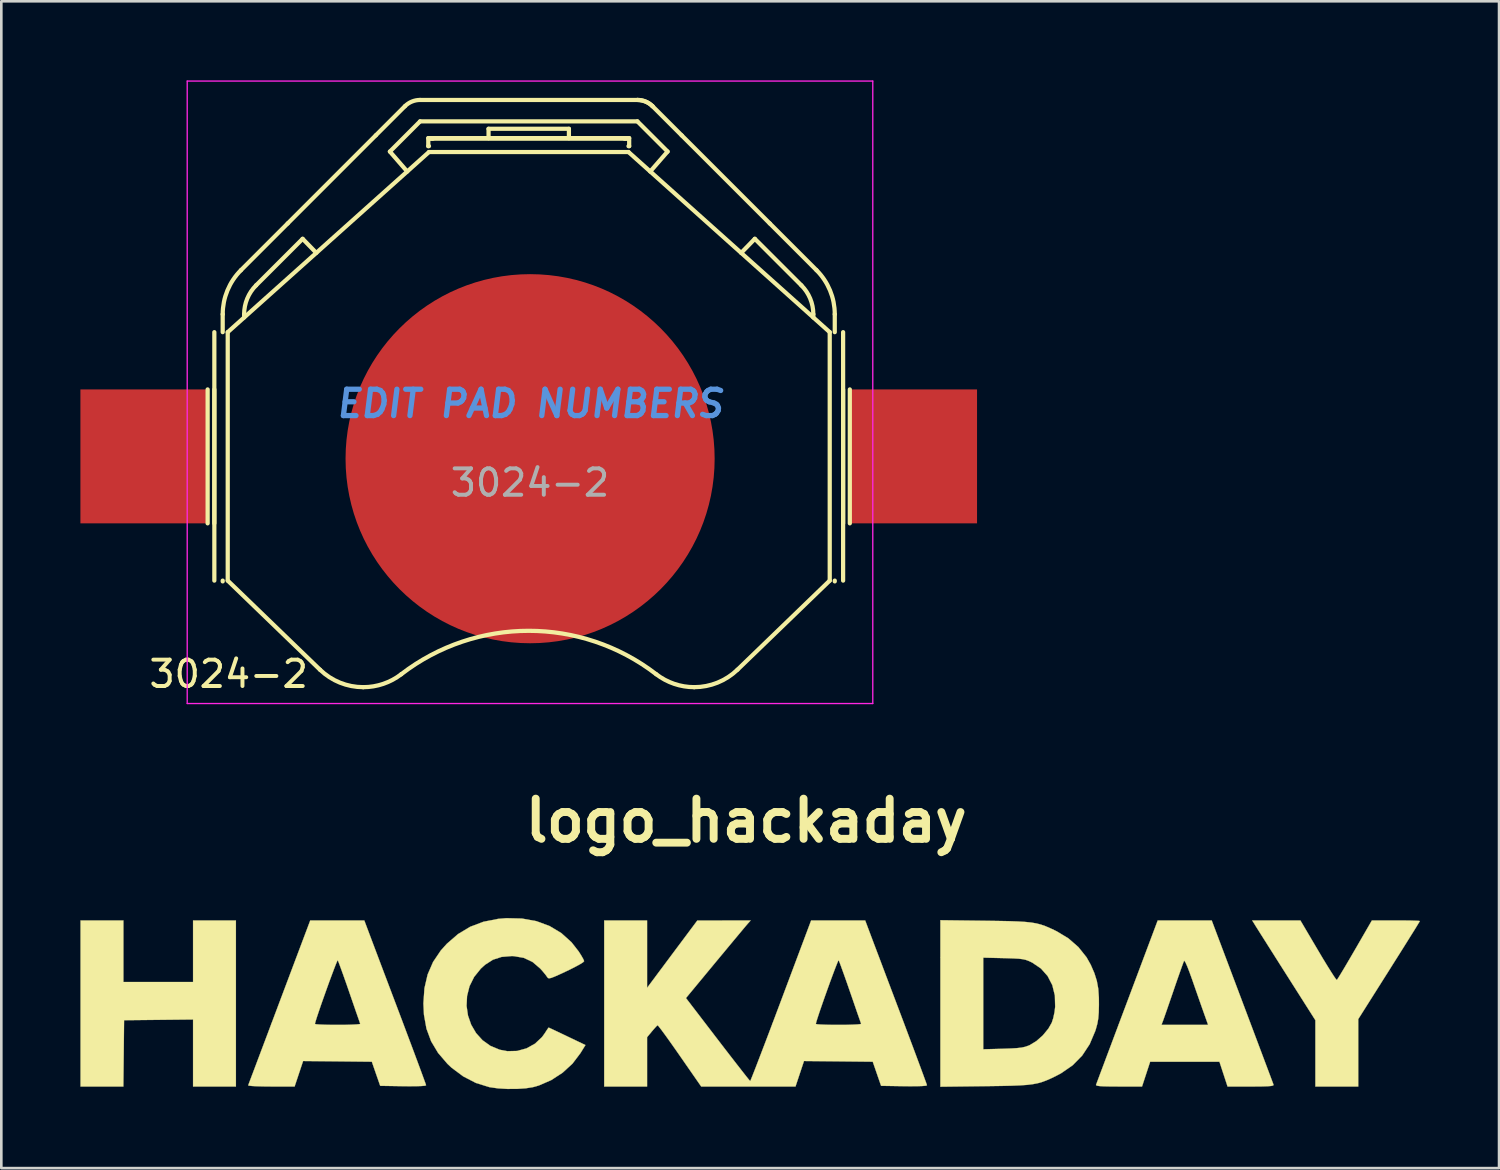
<source format=kicad_pcb>
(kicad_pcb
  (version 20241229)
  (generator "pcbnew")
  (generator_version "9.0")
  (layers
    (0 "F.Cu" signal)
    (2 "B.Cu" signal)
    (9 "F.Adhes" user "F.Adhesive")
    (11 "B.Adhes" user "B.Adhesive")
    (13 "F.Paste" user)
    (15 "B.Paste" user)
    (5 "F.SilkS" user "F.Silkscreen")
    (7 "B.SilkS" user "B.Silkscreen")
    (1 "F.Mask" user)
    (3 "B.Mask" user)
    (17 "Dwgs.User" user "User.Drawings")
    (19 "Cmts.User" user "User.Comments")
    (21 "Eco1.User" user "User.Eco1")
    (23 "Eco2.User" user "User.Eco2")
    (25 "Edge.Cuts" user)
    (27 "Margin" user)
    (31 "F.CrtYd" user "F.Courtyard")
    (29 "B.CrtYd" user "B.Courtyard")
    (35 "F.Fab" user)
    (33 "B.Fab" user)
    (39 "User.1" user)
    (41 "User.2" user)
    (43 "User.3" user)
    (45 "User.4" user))
  (footprint "logo_hackaday"
    (layer "F.Cu")
    (at 25.253 35.063)
    (property "Reference" "logo_hackaday" (at 0 -6.985 0) (layer "F.SilkS") (effects (font (size 1.524 1.524) (thickness 0.3))))
    (attr through_hole)
    (fp_poly (pts (xy -23.622 -0.864) (xy -20.98 -0.864) (xy -20.98 -3.2) (xy -19.355 -3.2) (xy -19.355 3.099) (xy -20.98 3.099) (xy -20.98 0.557) (xy -23.597 0.584) (xy -23.61 1.841) (xy -23.624 3.099) (xy -25.248 3.099) (xy -25.248 -3.2) (xy -23.622 -3.2) (xy -23.622 -0.864)) (stroke (width 0.01) (type solid)) (fill yes) (layer "F.SilkS"))
    (fp_poly (pts (xy 21.695 -2.059) (xy 21.876 -1.754) (xy 22.042 -1.482) (xy 22.185 -1.253) (xy 22.297 -1.079) (xy 22.373 -0.971) (xy 22.403 -0.94) (xy 22.437 -0.988) (xy 22.515 -1.113) (xy 22.629 -1.301) (xy 22.772 -1.542) (xy 22.936 -1.822) (xy 23.087 -2.081) (xy 23.734 -3.2) (xy 24.643 -3.2) (xy 24.934 -3.199) (xy 25.187 -3.196) (xy 25.385 -3.19) (xy 25.512 -3.184) (xy 25.552 -3.177) (xy 25.526 -3.13) (xy 25.451 -3.007) (xy 25.333 -2.815) (xy 25.176 -2.565) (xy 24.988 -2.264) (xy 24.773 -1.922) (xy 24.537 -1.548) (xy 24.384 -1.305) (xy 23.216 0.543) (xy 23.216 3.099) (xy 21.59 3.099) (xy 21.59 1.841) (xy 21.59 0.584) (xy 20.509 -1.118) (xy 20.267 -1.499) (xy 20.038 -1.861) (xy 19.828 -2.192) (xy 19.645 -2.482) (xy 19.494 -2.72) (xy 19.384 -2.895) (xy 19.319 -2.998) (xy 19.312 -3.01) (xy 19.194 -3.2) (xy 21.022 -3.2) (xy 21.695 -2.059)) (stroke (width 0.01) (type solid)) (fill yes) (layer "F.SilkS"))
    (fp_poly (pts (xy 18.821 -0.114) (xy 19.022 0.42) (xy 19.213 0.927) (xy 19.39 1.398) (xy 19.551 1.826) (xy 19.692 2.202) (xy 19.811 2.518) (xy 19.904 2.766) (xy 19.968 2.938) (xy 20.001 3.026) (xy 20.004 3.035) (xy 19.99 3.059) (xy 19.921 3.077) (xy 19.787 3.089) (xy 19.578 3.096) (xy 19.281 3.099) (xy 19.142 3.099) (xy 18.259 3.099) (xy 17.951 2.159) (xy 15.323 2.159) (xy 15.015 3.099) (xy 14.132 3.099) (xy 13.799 3.097) (xy 13.558 3.092) (xy 13.396 3.082) (xy 13.304 3.067) (xy 13.27 3.045) (xy 13.27 3.035) (xy 13.292 2.978) (xy 13.346 2.833) (xy 13.429 2.61) (xy 13.54 2.316) (xy 13.673 1.959) (xy 13.828 1.548) (xy 13.999 1.091) (xy 14.123 0.762) (xy 15.751 0.762) (xy 17.522 0.762) (xy 17.354 0.292) (xy 17.276 0.071) (xy 17.176 -0.214) (xy 17.065 -0.531) (xy 16.954 -0.85) (xy 16.917 -0.957) (xy 16.813 -1.245) (xy 16.727 -1.466) (xy 16.661 -1.611) (xy 16.619 -1.671) (xy 16.609 -1.669) (xy 16.582 -1.602) (xy 16.528 -1.454) (xy 16.452 -1.24) (xy 16.359 -0.976) (xy 16.255 -0.675) (xy 16.216 -0.559) (xy 16.107 -0.243) (xy 16.007 0.047) (xy 15.921 0.296) (xy 15.854 0.487) (xy 15.812 0.603) (xy 15.805 0.622) (xy 15.751 0.762) (xy 14.123 0.762) (xy 14.185 0.595) (xy 14.383 0.069) (xy 14.452 -0.114) (xy 15.61 -3.2) (xy 17.658 -3.2) (xy 18.821 -0.114)) (stroke (width 0.01) (type solid)) (fill yes) (layer "F.SilkS"))
    (fp_poly (pts (xy 9.055 -3.188) (xy 9.557 -3.181) (xy 9.97 -3.173) (xy 10.308 -3.161) (xy 10.585 -3.144) (xy 10.815 -3.12) (xy 11.009 -3.087) (xy 11.183 -3.042) (xy 11.349 -2.984) (xy 11.52 -2.911) (xy 11.711 -2.821) (xy 11.781 -2.787) (xy 12.221 -2.521) (xy 12.602 -2.189) (xy 12.91 -1.803) (xy 13.07 -1.518) (xy 13.208 -1.2) (xy 13.3 -0.908) (xy 13.355 -0.609) (xy 13.378 -0.268) (xy 13.38 0) (xy 13.373 0.292) (xy 13.355 0.519) (xy 13.32 0.717) (xy 13.264 0.921) (xy 13.242 0.991) (xy 13.029 1.494) (xy 12.743 1.928) (xy 12.38 2.296) (xy 11.939 2.6) (xy 11.76 2.694) (xy 11.566 2.789) (xy 11.393 2.865) (xy 11.229 2.926) (xy 11.061 2.974) (xy 10.875 3.01) (xy 10.657 3.037) (xy 10.395 3.055) (xy 10.075 3.068) (xy 9.684 3.077) (xy 9.208 3.084) (xy 9.055 3.086) (xy 7.366 3.107) (xy 7.366 1.687) (xy 8.992 1.687) (xy 9.741 1.667) (xy 10.049 1.656) (xy 10.277 1.642) (xy 10.448 1.622) (xy 10.582 1.593) (xy 10.702 1.551) (xy 10.755 1.529) (xy 11.007 1.376) (xy 11.254 1.157) (xy 11.464 0.901) (xy 11.59 0.68) (xy 11.647 0.507) (xy 11.695 0.283) (xy 11.72 0.078) (xy 11.709 -0.353) (xy 11.612 -0.746) (xy 11.434 -1.091) (xy 11.179 -1.378) (xy 10.854 -1.598) (xy 10.831 -1.61) (xy 10.713 -1.665) (xy 10.605 -1.705) (xy 10.486 -1.731) (xy 10.335 -1.749) (xy 10.13 -1.76) (xy 9.85 -1.769) (xy 9.766 -1.771) (xy 8.992 -1.789) (xy 8.992 1.687) (xy 7.366 1.687) (xy 7.366 -3.209) (xy 9.055 -3.188)) (stroke (width 0.01) (type solid)) (fill yes) (layer "F.SilkS"))
    (fp_poly (pts (xy -14.385 -2.934) (xy -14.349 -2.838) (xy -14.281 -2.657) (xy -14.184 -2.399) (xy -14.061 -2.074) (xy -13.917 -1.692) (xy -13.754 -1.26) (xy -13.576 -0.79) (xy -13.387 -0.29) (xy -13.213 0.17) (xy -13.02 0.681) (xy -12.839 1.164) (xy -12.671 1.611) (xy -12.521 2.013) (xy -12.392 2.361) (xy -12.286 2.648) (xy -12.207 2.865) (xy -12.157 3.003) (xy -12.141 3.054) (xy -12.19 3.07) (xy -12.327 3.081) (xy -12.539 3.088) (xy -12.812 3.089) (xy -13.012 3.087) (xy -13.882 3.073) (xy -14.041 2.616) (xy -14.199 2.159) (xy -15.502 2.145) (xy -16.806 2.132) (xy -17.128 3.099) (xy -18.017 3.099) (xy -18.303 3.096) (xy -18.549 3.09) (xy -18.739 3.08) (xy -18.857 3.067) (xy -18.889 3.055) (xy -18.869 3) (xy -18.816 2.859) (xy -18.733 2.639) (xy -18.623 2.348) (xy -18.49 1.994) (xy -18.336 1.585) (xy -18.164 1.129) (xy -18.013 0.726) (xy -16.358 0.726) (xy -16.31 0.738) (xy -16.176 0.748) (xy -15.974 0.756) (xy -15.72 0.761) (xy -15.49 0.762) (xy -15.207 0.76) (xy -14.965 0.753) (xy -14.779 0.744) (xy -14.666 0.732) (xy -14.639 0.72) (xy -14.66 0.663) (xy -14.708 0.522) (xy -14.781 0.314) (xy -14.872 0.05) (xy -14.978 -0.256) (xy -15.057 -0.486) (xy -15.17 -0.812) (xy -15.274 -1.106) (xy -15.363 -1.354) (xy -15.433 -1.544) (xy -15.478 -1.66) (xy -15.492 -1.69) (xy -15.515 -1.653) (xy -15.565 -1.534) (xy -15.636 -1.35) (xy -15.724 -1.116) (xy -15.823 -0.848) (xy -15.927 -0.559) (xy -16.031 -0.267) (xy -16.13 0.014) (xy -16.217 0.269) (xy -16.288 0.482) (xy -16.336 0.638) (xy -16.357 0.721) (xy -16.358 0.726) (xy -18.013 0.726) (xy -17.978 0.634) (xy -17.78 0.108) (xy -17.704 -0.095) (xy -16.535 -3.2) (xy -14.485 -3.2) (xy -14.385 -2.934)) (stroke (width 0.01) (type solid)) (fill yes) (layer "F.SilkS"))
    (fp_poly (pts (xy -8.504 -3.272) (xy -7.955 -3.172) (xy -7.457 -2.988) (xy -7.012 -2.721) (xy -6.626 -2.373) (xy -6.353 -2.024) (xy -6.252 -1.864) (xy -6.178 -1.733) (xy -6.147 -1.656) (xy -6.147 -1.653) (xy -6.19 -1.61) (xy -6.31 -1.535) (xy -6.491 -1.437) (xy -6.714 -1.324) (xy -6.82 -1.274) (xy -7.083 -1.151) (xy -7.269 -1.069) (xy -7.393 -1.021) (xy -7.471 -1.005) (xy -7.516 -1.015) (xy -7.543 -1.046) (xy -7.544 -1.047) (xy -7.604 -1.132) (xy -7.709 -1.26) (xy -7.812 -1.376) (xy -8.102 -1.624) (xy -8.434 -1.781) (xy -8.812 -1.846) (xy -8.89 -1.849) (xy -9.275 -1.817) (xy -9.605 -1.711) (xy -9.904 -1.519) (xy -10.062 -1.376) (xy -10.32 -1.056) (xy -10.494 -0.705) (xy -10.587 -0.336) (xy -10.606 0.039) (xy -10.552 0.407) (xy -10.431 0.755) (xy -10.246 1.071) (xy -10.001 1.343) (xy -9.701 1.558) (xy -9.349 1.704) (xy -9.058 1.759) (xy -8.687 1.75) (xy -8.331 1.652) (xy -8.01 1.474) (xy -7.745 1.225) (xy -7.647 1.09) (xy -7.565 0.963) (xy -7.508 0.881) (xy -7.493 0.864) (xy -7.446 0.884) (xy -7.324 0.941) (xy -7.142 1.027) (xy -6.917 1.134) (xy -6.79 1.195) (xy -6.097 1.526) (xy -6.287 1.834) (xy -6.587 2.23) (xy -6.964 2.576) (xy -7.396 2.857) (xy -7.864 3.06) (xy -8.09 3.124) (xy -8.363 3.167) (xy -8.7 3.189) (xy -9.062 3.19) (xy -9.414 3.169) (xy -9.72 3.126) (xy -9.754 3.119) (xy -10.254 2.963) (xy -10.733 2.715) (xy -11.171 2.389) (xy -11.33 2.24) (xy -11.686 1.825) (xy -11.95 1.384) (xy -12.127 0.905) (xy -12.222 0.377) (xy -12.243 -0.051) (xy -12.203 -0.63) (xy -12.082 -1.152) (xy -11.876 -1.626) (xy -11.582 -2.062) (xy -11.354 -2.315) (xy -10.931 -2.682) (xy -10.471 -2.959) (xy -9.967 -3.15) (xy -9.408 -3.26) (xy -9.098 -3.286) (xy -8.504 -3.272)) (stroke (width 0.01) (type solid)) (fill yes) (layer "F.SilkS"))
    (fp_poly (pts (xy -3.759 -0.643) (xy -2.807 -1.92) (xy -1.854 -3.196) (xy -0.842 -3.198) (xy 0.17 -3.2) (xy 0.068 -3.086) (xy 0.012 -3.021) (xy -0.101 -2.887) (xy -0.261 -2.695) (xy -0.462 -2.454) (xy -0.694 -2.175) (xy -0.95 -1.867) (xy -1.16 -1.614) (xy -2.284 -0.256) (xy -1.079 1.317) (xy -0.812 1.665) (xy -0.564 1.986) (xy -0.342 2.272) (xy -0.153 2.514) (xy -0.004 2.704) (xy 0.099 2.832) (xy 0.149 2.89) (xy 0.152 2.893) (xy 0.174 2.847) (xy 0.228 2.714) (xy 0.312 2.501) (xy 0.422 2.217) (xy 0.555 1.87) (xy 0.709 1.468) (xy 0.88 1.018) (xy 0.99 0.726) (xy 2.642 0.726) (xy 2.69 0.738) (xy 2.823 0.748) (xy 3.025 0.756) (xy 3.279 0.761) (xy 3.509 0.762) (xy 3.792 0.76) (xy 4.034 0.753) (xy 4.22 0.744) (xy 4.333 0.732) (xy 4.36 0.72) (xy 4.34 0.663) (xy 4.291 0.522) (xy 4.218 0.314) (xy 4.127 0.05) (xy 4.022 -0.256) (xy 3.942 -0.486) (xy 3.829 -0.812) (xy 3.725 -1.106) (xy 3.636 -1.354) (xy 3.567 -1.544) (xy 3.521 -1.66) (xy 3.507 -1.69) (xy 3.484 -1.653) (xy 3.435 -1.534) (xy 3.363 -1.35) (xy 3.275 -1.116) (xy 3.176 -0.848) (xy 3.072 -0.559) (xy 2.968 -0.267) (xy 2.87 0.014) (xy 2.782 0.269) (xy 2.712 0.482) (xy 2.663 0.638) (xy 2.642 0.721) (xy 2.642 0.726) (xy 0.99 0.726) (xy 1.065 0.528) (xy 1.261 0.007) (xy 1.321 -0.153) (xy 2.464 -3.2) (xy 4.514 -3.2) (xy 4.614 -2.934) (xy 4.65 -2.838) (xy 4.718 -2.657) (xy 4.815 -2.399) (xy 4.938 -2.074) (xy 5.083 -1.692) (xy 5.245 -1.26) (xy 5.423 -0.79) (xy 5.612 -0.29) (xy 5.786 0.17) (xy 5.979 0.681) (xy 6.16 1.164) (xy 6.328 1.611) (xy 6.478 2.013) (xy 6.607 2.361) (xy 6.713 2.648) (xy 6.792 2.865) (xy 6.842 3.003) (xy 6.858 3.054) (xy 6.809 3.07) (xy 6.673 3.081) (xy 6.461 3.088) (xy 6.187 3.089) (xy 5.987 3.087) (xy 5.117 3.073) (xy 4.959 2.616) (xy 4.801 2.159) (xy 3.497 2.145) (xy 2.193 2.132) (xy 1.871 3.099) (xy -1.706 3.099) (xy -2.517 1.931) (xy -2.728 1.629) (xy -2.921 1.356) (xy -3.088 1.124) (xy -3.222 0.943) (xy -3.314 0.824) (xy -3.358 0.776) (xy -3.36 0.775) (xy -3.408 0.818) (xy -3.497 0.916) (xy -3.576 1.008) (xy -3.759 1.229) (xy -3.759 3.099) (xy -5.385 3.099) (xy -5.385 -3.2) (xy -3.759 -3.2) (xy -3.759 -0.643)) (stroke (width 0.01) (type solid)) (fill yes) (layer "F.SilkS")))
  (footprint "3024-2"
    (layer "F.Cu")
    (at 17.053 14.261)
    (property "Reference" "3024-2" (at -11.43 8.255 0) (layer "F.SilkS") (effects (font (size 1 1) (thickness 0.15))))
    (attr smd)
    (fp_line (start -12.227 -2.54) (end -12.227 2.54) (stroke (width 0.16) (type solid)) (layer "F.SilkS"))
    (fp_line (start -11.973 -4.712) (end -11.973 4.712) (stroke (width 0.16) (type solid)) (layer "F.SilkS"))
    (fp_line (start -11.973 2.54) (end -11.973 -2.54) (stroke (width 0.16) (type solid)) (layer "F.SilkS"))
    (fp_line (start -11.656 -4.712) (end -11.656 -5.392) (stroke (width 0.16) (type solid)) (layer "F.SilkS"))
    (fp_line (start -11.656 4.742) (end -11.656 4.712) (stroke (width 0.16) (type solid)) (layer "F.SilkS"))
    (fp_line (start -11.465 -4.712) (end -11.465 4.712) (stroke (width 0.16) (type solid)) (layer "F.SilkS"))
    (fp_line (start -11.465 4.712) (end -7.966 8.091) (stroke (width 0.16) (type solid)) (layer "F.SilkS"))
    (fp_line (start -10.964 -7.062) (end -9.19 -8.836) (stroke (width 0.16) (type solid)) (layer "F.SilkS"))
    (fp_line (start -10.843 -5.392) (end -10.843 -5.269) (stroke (width 0.16) (type solid)) (layer "F.SilkS"))
    (fp_line (start -8.624 -8.253) (end -10.389 -6.488) (stroke (width 0.16) (type solid)) (layer "F.SilkS"))
    (fp_line (start -8.624 -8.253) (end -8.106 -7.719) (stroke (width 0.16) (type solid)) (layer "F.SilkS"))
    (fp_line (start -5.849 -12.177) (end -9.19 -8.836) (stroke (width 0.16) (type solid)) (layer "F.SilkS"))
    (fp_line (start -5.849 -12.177) (end -4.744 -13.282) (stroke (width 0.16) (type solid)) (layer "F.SilkS"))
    (fp_line (start -4.657 -10.806) (end -5.314 -11.562) (stroke (width 0.16) (type solid)) (layer "F.SilkS"))
    (fp_line (start -4.169 -13.52) (end 4.074 -13.52) (stroke (width 0.16) (type solid)) (layer "F.SilkS"))
    (fp_line (start -4.169 -12.707) (end -5.314 -11.562) (stroke (width 0.16) (type solid)) (layer "F.SilkS"))
    (fp_line (start -3.858 -12.072) (end -3.858 -11.768) (stroke (width 0.16) (type solid)) (layer "F.SilkS"))
    (fp_line (start -3.858 -11.768) (end -3.832 -11.768) (stroke (width 0.16) (type solid)) (layer "F.SilkS"))
    (fp_line (start -3.832 -12.052) (end 3.737 -12.052) (stroke (width 0.16) (type solid)) (layer "F.SilkS"))
    (fp_line (start -3.832 -11.544) (end -11.465 -4.712) (stroke (width 0.16) (type solid)) (layer "F.SilkS"))
    (fp_line (start -3.725 -12.052) (end -3.832 -12.052) (stroke (width 0.16) (type solid)) (layer "F.SilkS"))
    (fp_line (start -3.68 -12.072) (end -3.68 -12.052) (stroke (width 0.16) (type solid)) (layer "F.SilkS"))
    (fp_line (start -1.572 -12.426) (end -1.572 -12.072) (stroke (width 0.16) (type solid)) (layer "F.SilkS"))
    (fp_line (start -1.572 -12.426) (end 1.476 -12.426) (stroke (width 0.16) (type solid)) (layer "F.SilkS"))
    (fp_line (start -1.572 -12.072) (end -3.858 -12.072) (stroke (width 0.16) (type solid)) (layer "F.SilkS"))
    (fp_line (start 1.476 -12.426) (end 1.476 -12.072) (stroke (width 0.16) (type solid)) (layer "F.SilkS"))
    (fp_line (start 1.476 -12.072) (end -1.572 -12.072) (stroke (width 0.16) (type solid)) (layer "F.SilkS"))
    (fp_line (start 3.584 -12.072) (end 3.584 -12.052) (stroke (width 0.16) (type solid)) (layer "F.SilkS"))
    (fp_line (start 3.737 -12.052) (end 3.63 -12.052) (stroke (width 0.16) (type solid)) (layer "F.SilkS"))
    (fp_line (start 3.737 -11.768) (end 3.762 -11.768) (stroke (width 0.16) (type solid)) (layer "F.SilkS"))
    (fp_line (start 3.737 -11.544) (end -3.832 -11.544) (stroke (width 0.16) (type solid)) (layer "F.SilkS"))
    (fp_line (start 3.762 -12.072) (end 1.476 -12.072) (stroke (width 0.16) (type solid)) (layer "F.SilkS"))
    (fp_line (start 3.762 -11.768) (end 3.762 -12.072) (stroke (width 0.16) (type solid)) (layer "F.SilkS"))
    (fp_line (start 4.074 -12.707) (end -4.169 -12.707) (stroke (width 0.16) (type solid)) (layer "F.SilkS"))
    (fp_line (start 4.648 -13.282) (end 5.753 -12.177) (stroke (width 0.16) (type solid)) (layer "F.SilkS"))
    (fp_line (start 5.219 -11.562) (end 4.074 -12.707) (stroke (width 0.16) (type solid)) (layer "F.SilkS"))
    (fp_line (start 5.219 -11.562) (end 4.561 -10.806) (stroke (width 0.16) (type solid)) (layer "F.SilkS"))
    (fp_line (start 5.753 -12.177) (end 9.095 -8.836) (stroke (width 0.16) (type solid)) (layer "F.SilkS"))
    (fp_line (start 7.87 8.091) (end 11.369 4.712) (stroke (width 0.16) (type solid)) (layer "F.SilkS"))
    (fp_line (start 8.01 -7.719) (end 8.528 -8.253) (stroke (width 0.16) (type solid)) (layer "F.SilkS"))
    (fp_line (start 9.095 -8.836) (end 10.868 -7.062) (stroke (width 0.16) (type solid)) (layer "F.SilkS"))
    (fp_line (start 10.293 -6.488) (end 8.528 -8.253) (stroke (width 0.16) (type solid)) (layer "F.SilkS"))
    (fp_line (start 10.747 -5.269) (end 10.747 -5.392) (stroke (width 0.16) (type solid)) (layer "F.SilkS"))
    (fp_line (start 11.369 -4.712) (end 3.737 -11.544) (stroke (width 0.16) (type solid)) (layer "F.SilkS"))
    (fp_line (start 11.369 4.712) (end 11.369 -4.712) (stroke (width 0.16) (type solid)) (layer "F.SilkS"))
    (fp_line (start 11.56 -5.392) (end 11.56 -4.712) (stroke (width 0.16) (type solid)) (layer "F.SilkS"))
    (fp_line (start 11.56 4.712) (end 11.56 4.742) (stroke (width 0.16) (type solid)) (layer "F.SilkS"))
    (fp_line (start 11.877 -2.54) (end 11.877 2.54) (stroke (width 0.16) (type solid)) (layer "F.SilkS"))
    (fp_line (start 11.877 4.712) (end 11.877 -4.712) (stroke (width 0.16) (type solid)) (layer "F.SilkS"))
    (fp_line (start 12.131 2.54) (end 12.131 -2.54) (stroke (width 0.16) (type solid)) (layer "F.SilkS"))
    (fp_arc (start -11.655444 -5.391293) (mid -11.475884 -6.295415) (end -10.964 -7.062) (stroke (width 0.16) (type solid)) (layer "F.SilkS"))
    (fp_arc (start -10.842978 -5.392) (mid -10.724993 -5.985151) (end -10.389 -6.488) (stroke (width 0.16) (type solid)) (layer "F.SilkS"))
    (fp_arc (start -6.32513 8.754093) (mid -7.210014 8.58203) (end -7.966 8.091) (stroke (width 0.16) (type solid)) (layer "F.SilkS"))
    (fp_arc (start -4.883674 8.263262) (mid -5.563711 8.627952) (end -6.325 8.754) (stroke (width 0.16) (type solid)) (layer "F.SilkS"))
    (fp_arc (start -4.883477 8.262597) (mid -0.04767 6.616343) (end 4.788 8.263) (stroke (width 0.16) (type solid)) (layer "F.SilkS"))
    (fp_arc (start -4.743878 -13.281878) (mid -4.480122 -13.458114) (end -4.169 -13.52) (stroke (width 0.16) (type solid)) (layer "F.SilkS"))
    (fp_arc (start 4.073293 -13.519466) (mid 4.384264 -13.457891) (end 4.648 -13.282) (stroke (width 0.16) (type solid)) (layer "F.SilkS"))
    (fp_arc (start 4.073293 -13.519466) (mid 4.384264 -13.457891) (end 4.648 -13.282) (stroke (width 0.16) (type solid)) (layer "F.SilkS"))
    (fp_arc (start 6.229098 8.753593) (mid 5.467935 8.627599) (end 4.788 8.263) (stroke (width 0.16) (type solid)) (layer "F.SilkS"))
    (fp_arc (start 7.869842 8.091023) (mid 7.113859 8.581992) (end 6.229 8.754) (stroke (width 0.16) (type solid)) (layer "F.SilkS"))
    (fp_arc (start 10.293308 -6.487308) (mid 10.629089 -5.984776) (end 10.747 -5.392) (stroke (width 0.16) (type solid)) (layer "F.SilkS"))
    (fp_arc (start 10.868186 -7.062186) (mid 11.380203 -6.295898) (end 11.56 -5.392) (stroke (width 0.16) (type solid)) (layer "F.SilkS"))
    (fp_line (start -13.002 -14.236) (end 13.002 -14.236) (stroke (width 0.05) (type solid)) (layer "F.CrtYd"))
    (fp_line (start -13.002 9.374) (end -13.002 -14.236) (stroke (width 0.05) (type solid)) (layer "F.CrtYd"))
    (fp_line (start 13.002 -14.236) (end 13.002 9.374) (stroke (width 0.05) (type solid)) (layer "F.CrtYd"))
    (fp_line (start 13.002 9.374) (end -13.002 9.374) (stroke (width 0.05) (type solid)) (layer "F.CrtYd"))
    (fp_text user "EDIT PAD NUMBERS" (at 0 -2 0) (layer "Cmts.User") (effects (font (size 1 1) (thickness 0.2) (italic yes))))
    (fp_text user "${REFERENCE}" (at 0 1 0) (layer "F.Fab") (effects (font (size 1 1) (thickness 0.15))))
    (pad "1" smd rect (at -14.64 -0.000024) (size 4.826 5.08) (layers "F.Cu" "F.Mask" "F.Paste"))
    (pad "1" smd rect (at 14.544 -0.000024) (size 4.826 5.08) (layers "F.Cu" "F.Mask" "F.Paste"))
    (pad "2" smd circle (at 0.004 0.088) (size 14 14) (layers "F.Cu" "F.Mask" "F.Paste")))
  (gr_rect
    (start -3 -3)
    (end 53.81 41.258)
    (stroke (width 0.1) (type default))
    (fill no)
    (layer "Edge.Cuts")))
</source>
